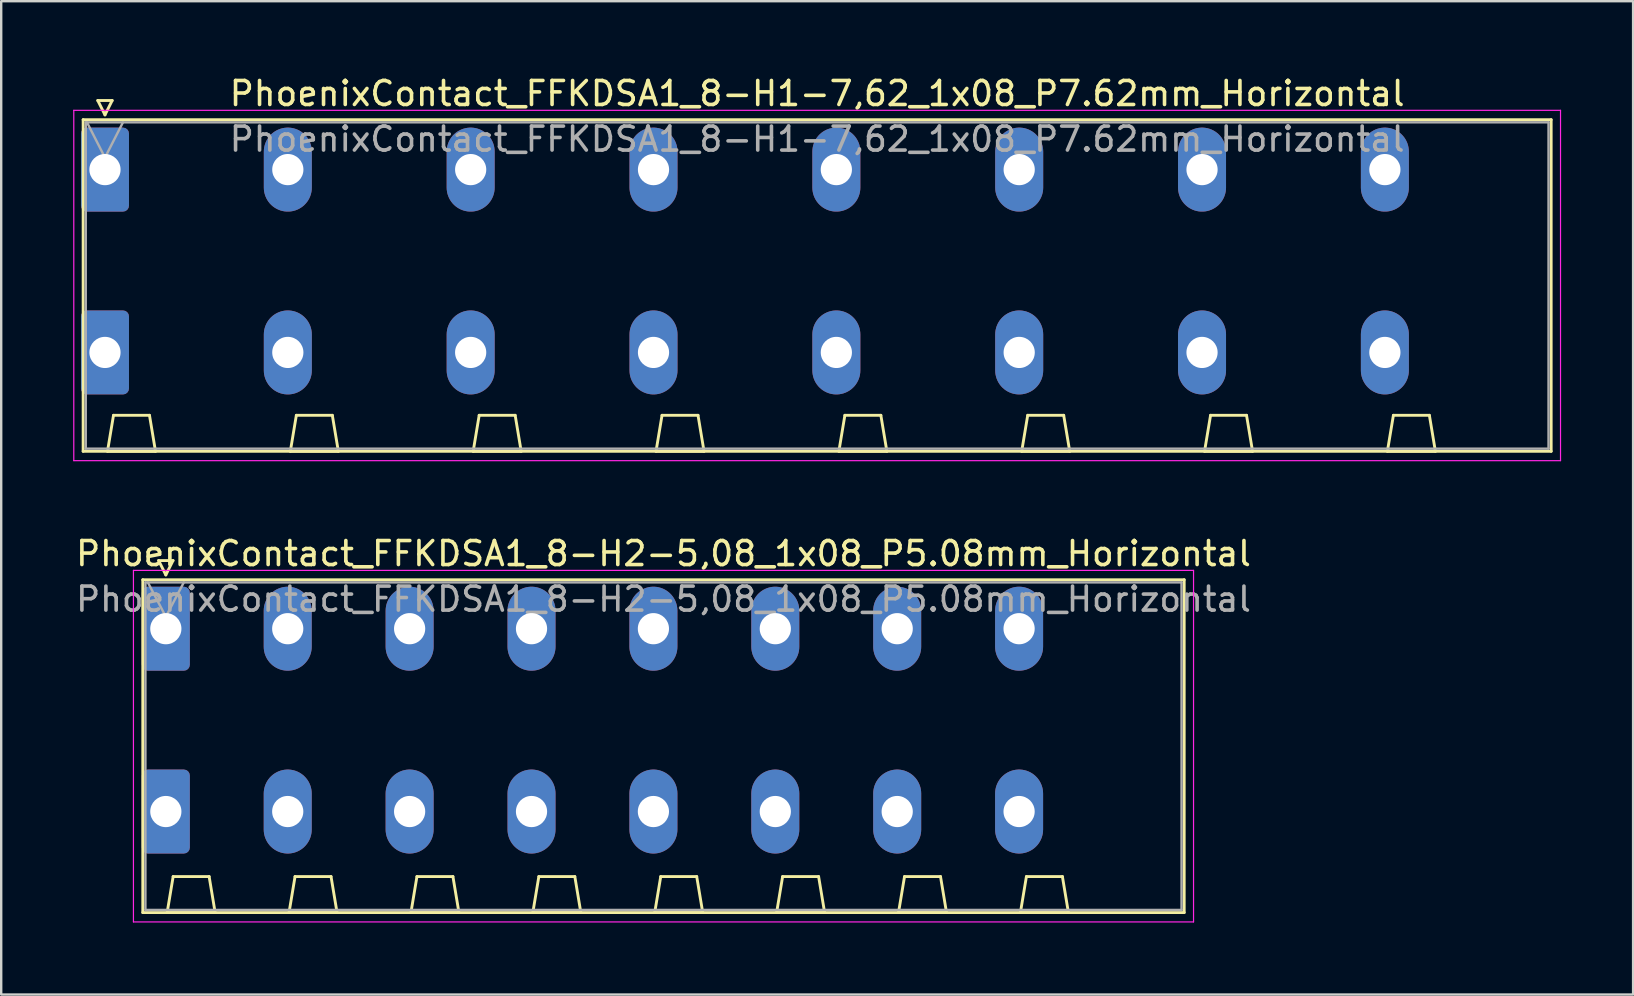
<source format=kicad_pcb>
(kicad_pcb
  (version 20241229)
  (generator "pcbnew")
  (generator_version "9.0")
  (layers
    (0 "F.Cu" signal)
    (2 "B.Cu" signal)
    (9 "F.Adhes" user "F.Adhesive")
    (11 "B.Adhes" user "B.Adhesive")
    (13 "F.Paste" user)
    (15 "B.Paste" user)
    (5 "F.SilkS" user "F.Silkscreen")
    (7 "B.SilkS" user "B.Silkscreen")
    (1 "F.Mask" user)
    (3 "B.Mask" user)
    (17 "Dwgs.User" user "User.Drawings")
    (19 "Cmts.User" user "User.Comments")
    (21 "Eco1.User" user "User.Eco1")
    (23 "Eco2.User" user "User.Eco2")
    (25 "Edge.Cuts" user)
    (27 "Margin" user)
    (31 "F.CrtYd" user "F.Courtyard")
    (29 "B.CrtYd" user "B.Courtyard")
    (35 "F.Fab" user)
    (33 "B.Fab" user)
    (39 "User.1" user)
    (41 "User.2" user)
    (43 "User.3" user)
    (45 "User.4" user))
  (footprint "PhoenixContact_FFKDSA1_8-H1-7,62_1x08_P7.62mm_Horizontal"
    (layer "F.Cu")
    (at 1.325 4.018)
    (property "Reference" "PhoenixContact_FFKDSA1_8-H1-7,62_1x08_P7.62mm_Horizontal" (at 29.68 -3.17 0) (layer "F.SilkS") (effects (font (size 1 1) (thickness 0.15))))
    (attr through_hole)
    (fp_line (start -0.91 -2.08) (end -0.91 11.74) (stroke (width 0.12) (type solid)) (layer "F.SilkS"))
    (fp_line (start -0.91 11.74) (end 60.27 11.74) (stroke (width 0.12) (type solid)) (layer "F.SilkS"))
    (fp_line (start -0.3 -2.88) (end 0.3 -2.88) (stroke (width 0.12) (type solid)) (layer "F.SilkS"))
    (fp_line (start 0 -2.28) (end -0.3 -2.88) (stroke (width 0.12) (type solid)) (layer "F.SilkS"))
    (fp_line (start 0.105 11.74) (end 2.105 11.74) (stroke (width 0.12) (type solid)) (layer "F.SilkS"))
    (fp_line (start 0.3 -2.88) (end 0 -2.28) (stroke (width 0.12) (type solid)) (layer "F.SilkS"))
    (fp_line (start 0.355 10.24) (end 0.105 11.74) (stroke (width 0.12) (type solid)) (layer "F.SilkS"))
    (fp_line (start 1.855 10.24) (end 0.355 10.24) (stroke (width 0.12) (type solid)) (layer "F.SilkS"))
    (fp_line (start 2.105 11.74) (end 1.855 10.24) (stroke (width 0.12) (type solid)) (layer "F.SilkS"))
    (fp_line (start 7.725 11.74) (end 9.725 11.74) (stroke (width 0.12) (type solid)) (layer "F.SilkS"))
    (fp_line (start 7.975 10.24) (end 7.725 11.74) (stroke (width 0.12) (type solid)) (layer "F.SilkS"))
    (fp_line (start 9.475 10.24) (end 7.975 10.24) (stroke (width 0.12) (type solid)) (layer "F.SilkS"))
    (fp_line (start 9.725 11.74) (end 9.475 10.24) (stroke (width 0.12) (type solid)) (layer "F.SilkS"))
    (fp_line (start 15.345 11.74) (end 17.345 11.74) (stroke (width 0.12) (type solid)) (layer "F.SilkS"))
    (fp_line (start 15.595 10.24) (end 15.345 11.74) (stroke (width 0.12) (type solid)) (layer "F.SilkS"))
    (fp_line (start 17.095 10.24) (end 15.595 10.24) (stroke (width 0.12) (type solid)) (layer "F.SilkS"))
    (fp_line (start 17.345 11.74) (end 17.095 10.24) (stroke (width 0.12) (type solid)) (layer "F.SilkS"))
    (fp_line (start 22.965 11.74) (end 24.965 11.74) (stroke (width 0.12) (type solid)) (layer "F.SilkS"))
    (fp_line (start 23.215 10.24) (end 22.965 11.74) (stroke (width 0.12) (type solid)) (layer "F.SilkS"))
    (fp_line (start 24.715 10.24) (end 23.215 10.24) (stroke (width 0.12) (type solid)) (layer "F.SilkS"))
    (fp_line (start 24.965 11.74) (end 24.715 10.24) (stroke (width 0.12) (type solid)) (layer "F.SilkS"))
    (fp_line (start 30.585 11.74) (end 32.585 11.74) (stroke (width 0.12) (type solid)) (layer "F.SilkS"))
    (fp_line (start 30.835 10.24) (end 30.585 11.74) (stroke (width 0.12) (type solid)) (layer "F.SilkS"))
    (fp_line (start 32.335 10.24) (end 30.835 10.24) (stroke (width 0.12) (type solid)) (layer "F.SilkS"))
    (fp_line (start 32.585 11.74) (end 32.335 10.24) (stroke (width 0.12) (type solid)) (layer "F.SilkS"))
    (fp_line (start 38.205 11.74) (end 40.205 11.74) (stroke (width 0.12) (type solid)) (layer "F.SilkS"))
    (fp_line (start 38.455 10.24) (end 38.205 11.74) (stroke (width 0.12) (type solid)) (layer "F.SilkS"))
    (fp_line (start 39.955 10.24) (end 38.455 10.24) (stroke (width 0.12) (type solid)) (layer "F.SilkS"))
    (fp_line (start 40.205 11.74) (end 39.955 10.24) (stroke (width 0.12) (type solid)) (layer "F.SilkS"))
    (fp_line (start 45.825 11.74) (end 47.825 11.74) (stroke (width 0.12) (type solid)) (layer "F.SilkS"))
    (fp_line (start 46.075 10.24) (end 45.825 11.74) (stroke (width 0.12) (type solid)) (layer "F.SilkS"))
    (fp_line (start 47.575 10.24) (end 46.075 10.24) (stroke (width 0.12) (type solid)) (layer "F.SilkS"))
    (fp_line (start 47.825 11.74) (end 47.575 10.24) (stroke (width 0.12) (type solid)) (layer "F.SilkS"))
    (fp_line (start 53.445 11.74) (end 55.445 11.74) (stroke (width 0.12) (type solid)) (layer "F.SilkS"))
    (fp_line (start 53.695 10.24) (end 53.445 11.74) (stroke (width 0.12) (type solid)) (layer "F.SilkS"))
    (fp_line (start 55.195 10.24) (end 53.695 10.24) (stroke (width 0.12) (type solid)) (layer "F.SilkS"))
    (fp_line (start 55.445 11.74) (end 55.195 10.24) (stroke (width 0.12) (type solid)) (layer "F.SilkS"))
    (fp_line (start 60.27 -2.08) (end -0.91 -2.08) (stroke (width 0.12) (type solid)) (layer "F.SilkS"))
    (fp_line (start 60.27 11.74) (end 60.27 -2.08) (stroke (width 0.12) (type solid)) (layer "F.SilkS"))
    (fp_line (start -1.3 -2.47) (end -1.3 12.13) (stroke (width 0.05) (type solid)) (layer "F.CrtYd"))
    (fp_line (start -1.3 12.13) (end 60.66 12.13) (stroke (width 0.05) (type solid)) (layer "F.CrtYd"))
    (fp_line (start 60.66 -2.47) (end -1.3 -2.47) (stroke (width 0.05) (type solid)) (layer "F.CrtYd"))
    (fp_line (start 60.66 12.13) (end 60.66 -2.47) (stroke (width 0.05) (type solid)) (layer "F.CrtYd"))
    (fp_line (start -0.8 -1.97) (end -0.8 11.63) (stroke (width 0.1) (type solid)) (layer "F.Fab"))
    (fp_line (start -0.8 11.63) (end 60.16 11.63) (stroke (width 0.1) (type solid)) (layer "F.Fab"))
    (fp_line (start 0 -0.5) (end -0.75 -1.97) (stroke (width 0.1) (type solid)) (layer "F.Fab"))
    (fp_line (start 0.75 -1.97) (end 0 -0.5) (stroke (width 0.1) (type solid)) (layer "F.Fab"))
    (fp_line (start 60.16 -1.97) (end -0.8 -1.97) (stroke (width 0.1) (type solid)) (layer "F.Fab"))
    (fp_line (start 60.16 11.63) (end 60.16 -1.97) (stroke (width 0.1) (type solid)) (layer "F.Fab"))
    (fp_text user "${REFERENCE}" (at 29.68 -1.27 0) (layer "F.Fab") (effects (font (size 1 1) (thickness 0.15))))
    (pad "1" thru_hole roundrect (at 0 0) (size 2 3.5) (drill 1.3) (layers "*.Cu" "*.Mask") (roundrect_rratio 0.125))
    (pad "1" thru_hole roundrect (at 0 7.62) (size 2 3.5) (drill 1.3) (layers "*.Cu" "*.Mask") (roundrect_rratio 0.125))
    (pad "2" thru_hole oval (at 7.62 0) (size 2 3.5) (drill 1.3) (layers "*.Cu" "*.Mask"))
    (pad "2" thru_hole oval (at 7.62 7.62) (size 2 3.5) (drill 1.3) (layers "*.Cu" "*.Mask"))
    (pad "3" thru_hole oval (at 15.24 0) (size 2 3.5) (drill 1.3) (layers "*.Cu" "*.Mask"))
    (pad "3" thru_hole oval (at 15.24 7.62) (size 2 3.5) (drill 1.3) (layers "*.Cu" "*.Mask"))
    (pad "4" thru_hole oval (at 22.86 0) (size 2 3.5) (drill 1.3) (layers "*.Cu" "*.Mask"))
    (pad "4" thru_hole oval (at 22.86 7.62) (size 2 3.5) (drill 1.3) (layers "*.Cu" "*.Mask"))
    (pad "5" thru_hole oval (at 30.48 0) (size 2 3.5) (drill 1.3) (layers "*.Cu" "*.Mask"))
    (pad "5" thru_hole oval (at 30.48 7.62) (size 2 3.5) (drill 1.3) (layers "*.Cu" "*.Mask"))
    (pad "6" thru_hole oval (at 38.1 0) (size 2 3.5) (drill 1.3) (layers "*.Cu" "*.Mask"))
    (pad "6" thru_hole oval (at 38.1 7.62) (size 2 3.5) (drill 1.3) (layers "*.Cu" "*.Mask"))
    (pad "7" thru_hole oval (at 45.72 0) (size 2 3.5) (drill 1.3) (layers "*.Cu" "*.Mask"))
    (pad "7" thru_hole oval (at 45.72 7.62) (size 2 3.5) (drill 1.3) (layers "*.Cu" "*.Mask"))
    (pad "8" thru_hole oval (at 53.34 0) (size 2 3.5) (drill 1.3) (layers "*.Cu" "*.Mask"))
    (pad "8" thru_hole oval (at 53.34 7.62) (size 2 3.5) (drill 1.3) (layers "*.Cu" "*.Mask")))
  (footprint "PhoenixContact_FFKDSA1_8-H2-5,08_1x08_P5.08mm_Horizontal"
    (layer "F.Cu")
    (at 3.861 23.151)
    (property "Reference" "PhoenixContact_FFKDSA1_8-H2-5,08_1x08_P5.08mm_Horizontal" (at 20.74 -3.13 0) (layer "F.SilkS") (effects (font (size 1 1) (thickness 0.15))))
    (attr through_hole)
    (fp_line (start -0.96 -2.04) (end -0.96 11.83) (stroke (width 0.12) (type solid)) (layer "F.SilkS"))
    (fp_line (start -0.96 11.83) (end 42.44 11.83) (stroke (width 0.12) (type solid)) (layer "F.SilkS"))
    (fp_line (start -0.3 -2.84) (end 0.3 -2.84) (stroke (width 0.12) (type solid)) (layer "F.SilkS"))
    (fp_line (start 0 -2.24) (end -0.3 -2.84) (stroke (width 0.12) (type solid)) (layer "F.SilkS"))
    (fp_line (start 0.055 11.83) (end 2.055 11.83) (stroke (width 0.12) (type solid)) (layer "F.SilkS"))
    (fp_line (start 0.3 -2.84) (end 0 -2.24) (stroke (width 0.12) (type solid)) (layer "F.SilkS"))
    (fp_line (start 0.305 10.33) (end 0.055 11.83) (stroke (width 0.12) (type solid)) (layer "F.SilkS"))
    (fp_line (start 1.805 10.33) (end 0.305 10.33) (stroke (width 0.12) (type solid)) (layer "F.SilkS"))
    (fp_line (start 2.055 11.83) (end 1.805 10.33) (stroke (width 0.12) (type solid)) (layer "F.SilkS"))
    (fp_line (start 5.135 11.83) (end 7.135 11.83) (stroke (width 0.12) (type solid)) (layer "F.SilkS"))
    (fp_line (start 5.385 10.33) (end 5.135 11.83) (stroke (width 0.12) (type solid)) (layer "F.SilkS"))
    (fp_line (start 6.885 10.33) (end 5.385 10.33) (stroke (width 0.12) (type solid)) (layer "F.SilkS"))
    (fp_line (start 7.135 11.83) (end 6.885 10.33) (stroke (width 0.12) (type solid)) (layer "F.SilkS"))
    (fp_line (start 10.215 11.83) (end 12.215 11.83) (stroke (width 0.12) (type solid)) (layer "F.SilkS"))
    (fp_line (start 10.465 10.33) (end 10.215 11.83) (stroke (width 0.12) (type solid)) (layer "F.SilkS"))
    (fp_line (start 11.965 10.33) (end 10.465 10.33) (stroke (width 0.12) (type solid)) (layer "F.SilkS"))
    (fp_line (start 12.215 11.83) (end 11.965 10.33) (stroke (width 0.12) (type solid)) (layer "F.SilkS"))
    (fp_line (start 15.295 11.83) (end 17.295 11.83) (stroke (width 0.12) (type solid)) (layer "F.SilkS"))
    (fp_line (start 15.545 10.33) (end 15.295 11.83) (stroke (width 0.12) (type solid)) (layer "F.SilkS"))
    (fp_line (start 17.045 10.33) (end 15.545 10.33) (stroke (width 0.12) (type solid)) (layer "F.SilkS"))
    (fp_line (start 17.295 11.83) (end 17.045 10.33) (stroke (width 0.12) (type solid)) (layer "F.SilkS"))
    (fp_line (start 20.375 11.83) (end 22.375 11.83) (stroke (width 0.12) (type solid)) (layer "F.SilkS"))
    (fp_line (start 20.625 10.33) (end 20.375 11.83) (stroke (width 0.12) (type solid)) (layer "F.SilkS"))
    (fp_line (start 22.125 10.33) (end 20.625 10.33) (stroke (width 0.12) (type solid)) (layer "F.SilkS"))
    (fp_line (start 22.375 11.83) (end 22.125 10.33) (stroke (width 0.12) (type solid)) (layer "F.SilkS"))
    (fp_line (start 25.455 11.83) (end 27.455 11.83) (stroke (width 0.12) (type solid)) (layer "F.SilkS"))
    (fp_line (start 25.705 10.33) (end 25.455 11.83) (stroke (width 0.12) (type solid)) (layer "F.SilkS"))
    (fp_line (start 27.205 10.33) (end 25.705 10.33) (stroke (width 0.12) (type solid)) (layer "F.SilkS"))
    (fp_line (start 27.455 11.83) (end 27.205 10.33) (stroke (width 0.12) (type solid)) (layer "F.SilkS"))
    (fp_line (start 30.535 11.83) (end 32.535 11.83) (stroke (width 0.12) (type solid)) (layer "F.SilkS"))
    (fp_line (start 30.785 10.33) (end 30.535 11.83) (stroke (width 0.12) (type solid)) (layer "F.SilkS"))
    (fp_line (start 32.285 10.33) (end 30.785 10.33) (stroke (width 0.12) (type solid)) (layer "F.SilkS"))
    (fp_line (start 32.535 11.83) (end 32.285 10.33) (stroke (width 0.12) (type solid)) (layer "F.SilkS"))
    (fp_line (start 35.615 11.83) (end 37.615 11.83) (stroke (width 0.12) (type solid)) (layer "F.SilkS"))
    (fp_line (start 35.865 10.33) (end 35.615 11.83) (stroke (width 0.12) (type solid)) (layer "F.SilkS"))
    (fp_line (start 37.365 10.33) (end 35.865 10.33) (stroke (width 0.12) (type solid)) (layer "F.SilkS"))
    (fp_line (start 37.615 11.83) (end 37.365 10.33) (stroke (width 0.12) (type solid)) (layer "F.SilkS"))
    (fp_line (start 42.44 -2.04) (end -0.96 -2.04) (stroke (width 0.12) (type solid)) (layer "F.SilkS"))
    (fp_line (start 42.44 11.83) (end 42.44 -2.04) (stroke (width 0.12) (type solid)) (layer "F.SilkS"))
    (fp_line (start -1.35 -2.43) (end -1.35 12.22) (stroke (width 0.05) (type solid)) (layer "F.CrtYd"))
    (fp_line (start -1.35 12.22) (end 42.83 12.22) (stroke (width 0.05) (type solid)) (layer "F.CrtYd"))
    (fp_line (start 42.83 -2.43) (end -1.35 -2.43) (stroke (width 0.05) (type solid)) (layer "F.CrtYd"))
    (fp_line (start 42.83 12.22) (end 42.83 -2.43) (stroke (width 0.05) (type solid)) (layer "F.CrtYd"))
    (fp_line (start -0.85 -1.93) (end -0.85 11.72) (stroke (width 0.1) (type solid)) (layer "F.Fab"))
    (fp_line (start -0.85 11.72) (end 42.33 11.72) (stroke (width 0.1) (type solid)) (layer "F.Fab"))
    (fp_line (start 0 -0.5) (end -0.75 -1.93) (stroke (width 0.1) (type solid)) (layer "F.Fab"))
    (fp_line (start 0.75 -1.93) (end 0 -0.5) (stroke (width 0.1) (type solid)) (layer "F.Fab"))
    (fp_line (start 42.33 -1.93) (end -0.85 -1.93) (stroke (width 0.1) (type solid)) (layer "F.Fab"))
    (fp_line (start 42.33 11.72) (end 42.33 -1.93) (stroke (width 0.1) (type solid)) (layer "F.Fab"))
    (fp_text user "${REFERENCE}" (at 20.74 -1.23 0) (layer "F.Fab") (effects (font (size 1 1) (thickness 0.15))))
    (pad "1" thru_hole roundrect (at 0 0) (size 2 3.5) (drill 1.3) (layers "*.Cu" "*.Mask") (roundrect_rratio 0.125))
    (pad "1" thru_hole roundrect (at 0 7.62) (size 2 3.5) (drill 1.3) (layers "*.Cu" "*.Mask") (roundrect_rratio 0.125))
    (pad "2" thru_hole oval (at 5.08 0) (size 2 3.5) (drill 1.3) (layers "*.Cu" "*.Mask"))
    (pad "2" thru_hole oval (at 5.08 7.62) (size 2 3.5) (drill 1.3) (layers "*.Cu" "*.Mask"))
    (pad "3" thru_hole oval (at 10.16 0) (size 2 3.5) (drill 1.3) (layers "*.Cu" "*.Mask"))
    (pad "3" thru_hole oval (at 10.16 7.62) (size 2 3.5) (drill 1.3) (layers "*.Cu" "*.Mask"))
    (pad "4" thru_hole oval (at 15.24 0) (size 2 3.5) (drill 1.3) (layers "*.Cu" "*.Mask"))
    (pad "4" thru_hole oval (at 15.24 7.62) (size 2 3.5) (drill 1.3) (layers "*.Cu" "*.Mask"))
    (pad "5" thru_hole oval (at 20.32 0) (size 2 3.5) (drill 1.3) (layers "*.Cu" "*.Mask"))
    (pad "5" thru_hole oval (at 20.32 7.62) (size 2 3.5) (drill 1.3) (layers "*.Cu" "*.Mask"))
    (pad "6" thru_hole oval (at 25.4 0) (size 2 3.5) (drill 1.3) (layers "*.Cu" "*.Mask"))
    (pad "6" thru_hole oval (at 25.4 7.62) (size 2 3.5) (drill 1.3) (layers "*.Cu" "*.Mask"))
    (pad "7" thru_hole oval (at 30.48 0) (size 2 3.5) (drill 1.3) (layers "*.Cu" "*.Mask"))
    (pad "7" thru_hole oval (at 30.48 7.62) (size 2 3.5) (drill 1.3) (layers "*.Cu" "*.Mask"))
    (pad "8" thru_hole oval (at 35.56 0) (size 2 3.5) (drill 1.3) (layers "*.Cu" "*.Mask"))
    (pad "8" thru_hole oval (at 35.56 7.62) (size 2 3.5) (drill 1.3) (layers "*.Cu" "*.Mask")))
  (gr_rect
    (start -3 -3)
    (end 65.01 38.397)
    (stroke (width 0.1) (type default))
    (fill no)
    (layer "Edge.Cuts")))
</source>
